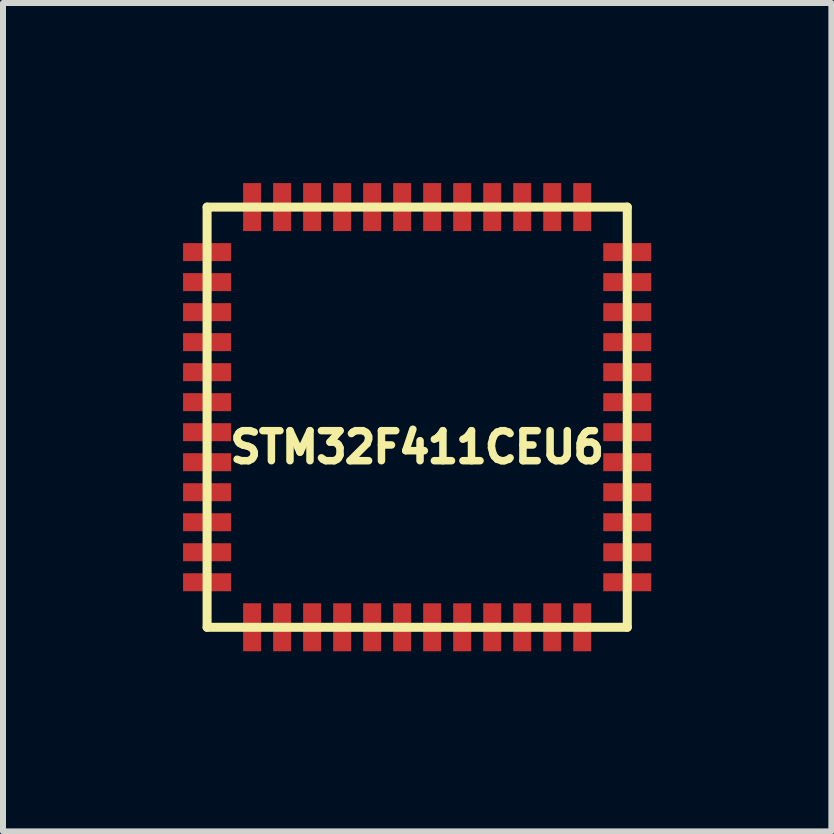
<source format=kicad_pcb>
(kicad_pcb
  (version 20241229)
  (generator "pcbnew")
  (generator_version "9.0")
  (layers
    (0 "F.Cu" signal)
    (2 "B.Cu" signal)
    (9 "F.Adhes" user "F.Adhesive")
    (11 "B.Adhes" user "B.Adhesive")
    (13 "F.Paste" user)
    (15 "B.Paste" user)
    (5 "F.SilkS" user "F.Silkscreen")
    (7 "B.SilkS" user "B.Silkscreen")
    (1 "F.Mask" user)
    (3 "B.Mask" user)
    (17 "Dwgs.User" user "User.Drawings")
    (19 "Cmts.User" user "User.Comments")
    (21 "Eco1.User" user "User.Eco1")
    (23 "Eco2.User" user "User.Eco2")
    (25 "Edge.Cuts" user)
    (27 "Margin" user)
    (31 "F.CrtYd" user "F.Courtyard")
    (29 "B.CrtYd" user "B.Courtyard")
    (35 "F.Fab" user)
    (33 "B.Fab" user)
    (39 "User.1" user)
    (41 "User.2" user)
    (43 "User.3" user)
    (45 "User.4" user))
  (footprint "STM32F411CEU6"
    (layer "F.Cu")
    (at 3.9 3.9)
    (property "Reference" "STM32F411CEU6" (at 0 0.5 0) (layer "F.SilkS") (effects (font (size 0.5 0.5) (thickness 0.125))))
    (attr through_hole)
    (fp_line (start -3.5 -3.5) (end -3.5 3.5) (stroke (width 0.15) (type solid)) (layer "F.SilkS"))
    (fp_line (start -3.5 3.5) (end 3.5 3.5) (stroke (width 0.15) (type solid)) (layer "F.SilkS"))
    (fp_line (start 3.5 -3.5) (end -3.5 -3.5) (stroke (width 0.15) (type solid)) (layer "F.SilkS"))
    (fp_line (start 3.5 3.5) (end 3.5 -3.5) (stroke (width 0.15) (type solid)) (layer "F.SilkS"))
    (pad "1" smd rect (at -3.5 -2.75) (size 0.8 0.3) (layers "F.Cu" "F.Mask" "F.Paste"))
    (pad "2" smd rect (at -3.5 -2.25) (size 0.8 0.3) (layers "F.Cu" "F.Mask" "F.Paste"))
    (pad "3" smd rect (at -3.5 -1.75) (size 0.8 0.3) (layers "F.Cu" "F.Mask" "F.Paste"))
    (pad "4" smd rect (at -3.5 -1.25) (size 0.8 0.3) (layers "F.Cu" "F.Mask" "F.Paste"))
    (pad "5" smd rect (at -3.5 -0.75) (size 0.8 0.3) (layers "F.Cu" "F.Mask" "F.Paste"))
    (pad "6" smd rect (at -3.5 -0.25) (size 0.8 0.3) (layers "F.Cu" "F.Mask" "F.Paste"))
    (pad "7" smd rect (at -3.5 0.25) (size 0.8 0.3) (layers "F.Cu" "F.Mask" "F.Paste"))
    (pad "8" smd rect (at -3.5 0.75) (size 0.8 0.3) (layers "F.Cu" "F.Mask" "F.Paste"))
    (pad "9" smd rect (at -3.5 1.25) (size 0.8 0.3) (layers "F.Cu" "F.Mask" "F.Paste"))
    (pad "10" smd rect (at -3.5 1.75) (size 0.8 0.3) (layers "F.Cu" "F.Mask" "F.Paste"))
    (pad "11" smd rect (at -3.5 2.25) (size 0.8 0.3) (layers "F.Cu" "F.Mask" "F.Paste"))
    (pad "12" smd rect (at -3.5 2.75) (size 0.8 0.3) (layers "F.Cu" "F.Mask" "F.Paste"))
    (pad "13" smd rect (at -2.75 3.5) (size 0.3 0.8) (layers "F.Cu" "F.Mask" "F.Paste"))
    (pad "14" smd rect (at -2.25 3.5) (size 0.3 0.8) (layers "F.Cu" "F.Mask" "F.Paste"))
    (pad "15" smd rect (at -1.75 3.5) (size 0.3 0.8) (layers "F.Cu" "F.Mask" "F.Paste"))
    (pad "16" smd rect (at -1.25 3.5) (size 0.3 0.8) (layers "F.Cu" "F.Mask" "F.Paste"))
    (pad "17" smd rect (at -0.75 3.5) (size 0.3 0.8) (layers "F.Cu" "F.Mask" "F.Paste"))
    (pad "18" smd rect (at -0.25 3.5) (size 0.3 0.8) (layers "F.Cu" "F.Mask" "F.Paste"))
    (pad "19" smd rect (at 0.25 3.5) (size 0.3 0.8) (layers "F.Cu" "F.Mask" "F.Paste"))
    (pad "20" smd rect (at 0.75 3.5) (size 0.3 0.8) (layers "F.Cu" "F.Mask" "F.Paste"))
    (pad "21" smd rect (at 1.25 3.5) (size 0.3 0.8) (layers "F.Cu" "F.Mask" "F.Paste"))
    (pad "22" smd rect (at 1.75 3.5) (size 0.3 0.8) (layers "F.Cu" "F.Mask" "F.Paste"))
    (pad "23" smd rect (at 2.25 3.5) (size 0.3 0.8) (layers "F.Cu" "F.Mask" "F.Paste"))
    (pad "24" smd rect (at 2.75 3.5) (size 0.3 0.8) (layers "F.Cu" "F.Mask" "F.Paste"))
    (pad "25" smd rect (at 3.5 2.75) (size 0.8 0.3) (layers "F.Cu" "F.Mask" "F.Paste"))
    (pad "26" smd rect (at 3.5 2.25) (size 0.8 0.3) (layers "F.Cu" "F.Mask" "F.Paste"))
    (pad "27" smd rect (at 3.5 1.75) (size 0.8 0.3) (layers "F.Cu" "F.Mask" "F.Paste"))
    (pad "28" smd rect (at 3.5 1.25) (size 0.8 0.3) (layers "F.Cu" "F.Mask" "F.Paste"))
    (pad "29" smd rect (at 3.5 0.75) (size 0.8 0.3) (layers "F.Cu" "F.Mask" "F.Paste"))
    (pad "30" smd rect (at 3.5 0.25) (size 0.8 0.3) (layers "F.Cu" "F.Mask" "F.Paste"))
    (pad "31" smd rect (at 3.5 -0.25) (size 0.8 0.3) (layers "F.Cu" "F.Mask" "F.Paste"))
    (pad "32" smd rect (at 3.5 -0.75) (size 0.8 0.3) (layers "F.Cu" "F.Mask" "F.Paste"))
    (pad "33" smd rect (at 3.5 -1.25) (size 0.8 0.3) (layers "F.Cu" "F.Mask" "F.Paste"))
    (pad "34" smd rect (at 3.5 -1.75) (size 0.8 0.3) (layers "F.Cu" "F.Mask" "F.Paste"))
    (pad "35" smd rect (at 3.5 -2.25) (size 0.8 0.3) (layers "F.Cu" "F.Mask" "F.Paste"))
    (pad "36" smd rect (at 3.5 -2.75) (size 0.8 0.3) (layers "F.Cu" "F.Mask" "F.Paste"))
    (pad "37" smd rect (at 2.75 -3.5) (size 0.3 0.8) (layers "F.Cu" "F.Mask" "F.Paste"))
    (pad "38" smd rect (at 2.25 -3.5) (size 0.3 0.8) (layers "F.Cu" "F.Mask" "F.Paste"))
    (pad "39" smd rect (at 1.75 -3.5) (size 0.3 0.8) (layers "F.Cu" "F.Mask" "F.Paste"))
    (pad "40" smd rect (at 1.25 -3.5) (size 0.3 0.8) (layers "F.Cu" "F.Mask" "F.Paste"))
    (pad "41" smd rect (at 0.75 -3.5) (size 0.3 0.8) (layers "F.Cu" "F.Mask" "F.Paste"))
    (pad "42" smd rect (at 0.25 -3.5) (size 0.3 0.8) (layers "F.Cu" "F.Mask" "F.Paste"))
    (pad "43" smd rect (at -0.25 -3.5) (size 0.3 0.8) (layers "F.Cu" "F.Mask" "F.Paste"))
    (pad "44" smd rect (at -0.75 -3.5) (size 0.3 0.8) (layers "F.Cu" "F.Mask" "F.Paste"))
    (pad "45" smd rect (at -1.25 -3.5) (size 0.3 0.8) (layers "F.Cu" "F.Mask" "F.Paste"))
    (pad "46" smd rect (at -1.75 -3.5) (size 0.3 0.8) (layers "F.Cu" "F.Mask" "F.Paste"))
    (pad "47" smd rect (at -2.25 -3.5) (size 0.3 0.8) (layers "F.Cu" "F.Mask" "F.Paste"))
    (pad "48" smd rect (at -2.75 -3.5) (size 0.3 0.8) (layers "F.Cu" "F.Mask" "F.Paste")))
  (gr_rect
    (start -3 -3)
    (end 10.8 10.8)
    (stroke (width 0.1) (type default))
    (fill no)
    (layer "Edge.Cuts")))
</source>
